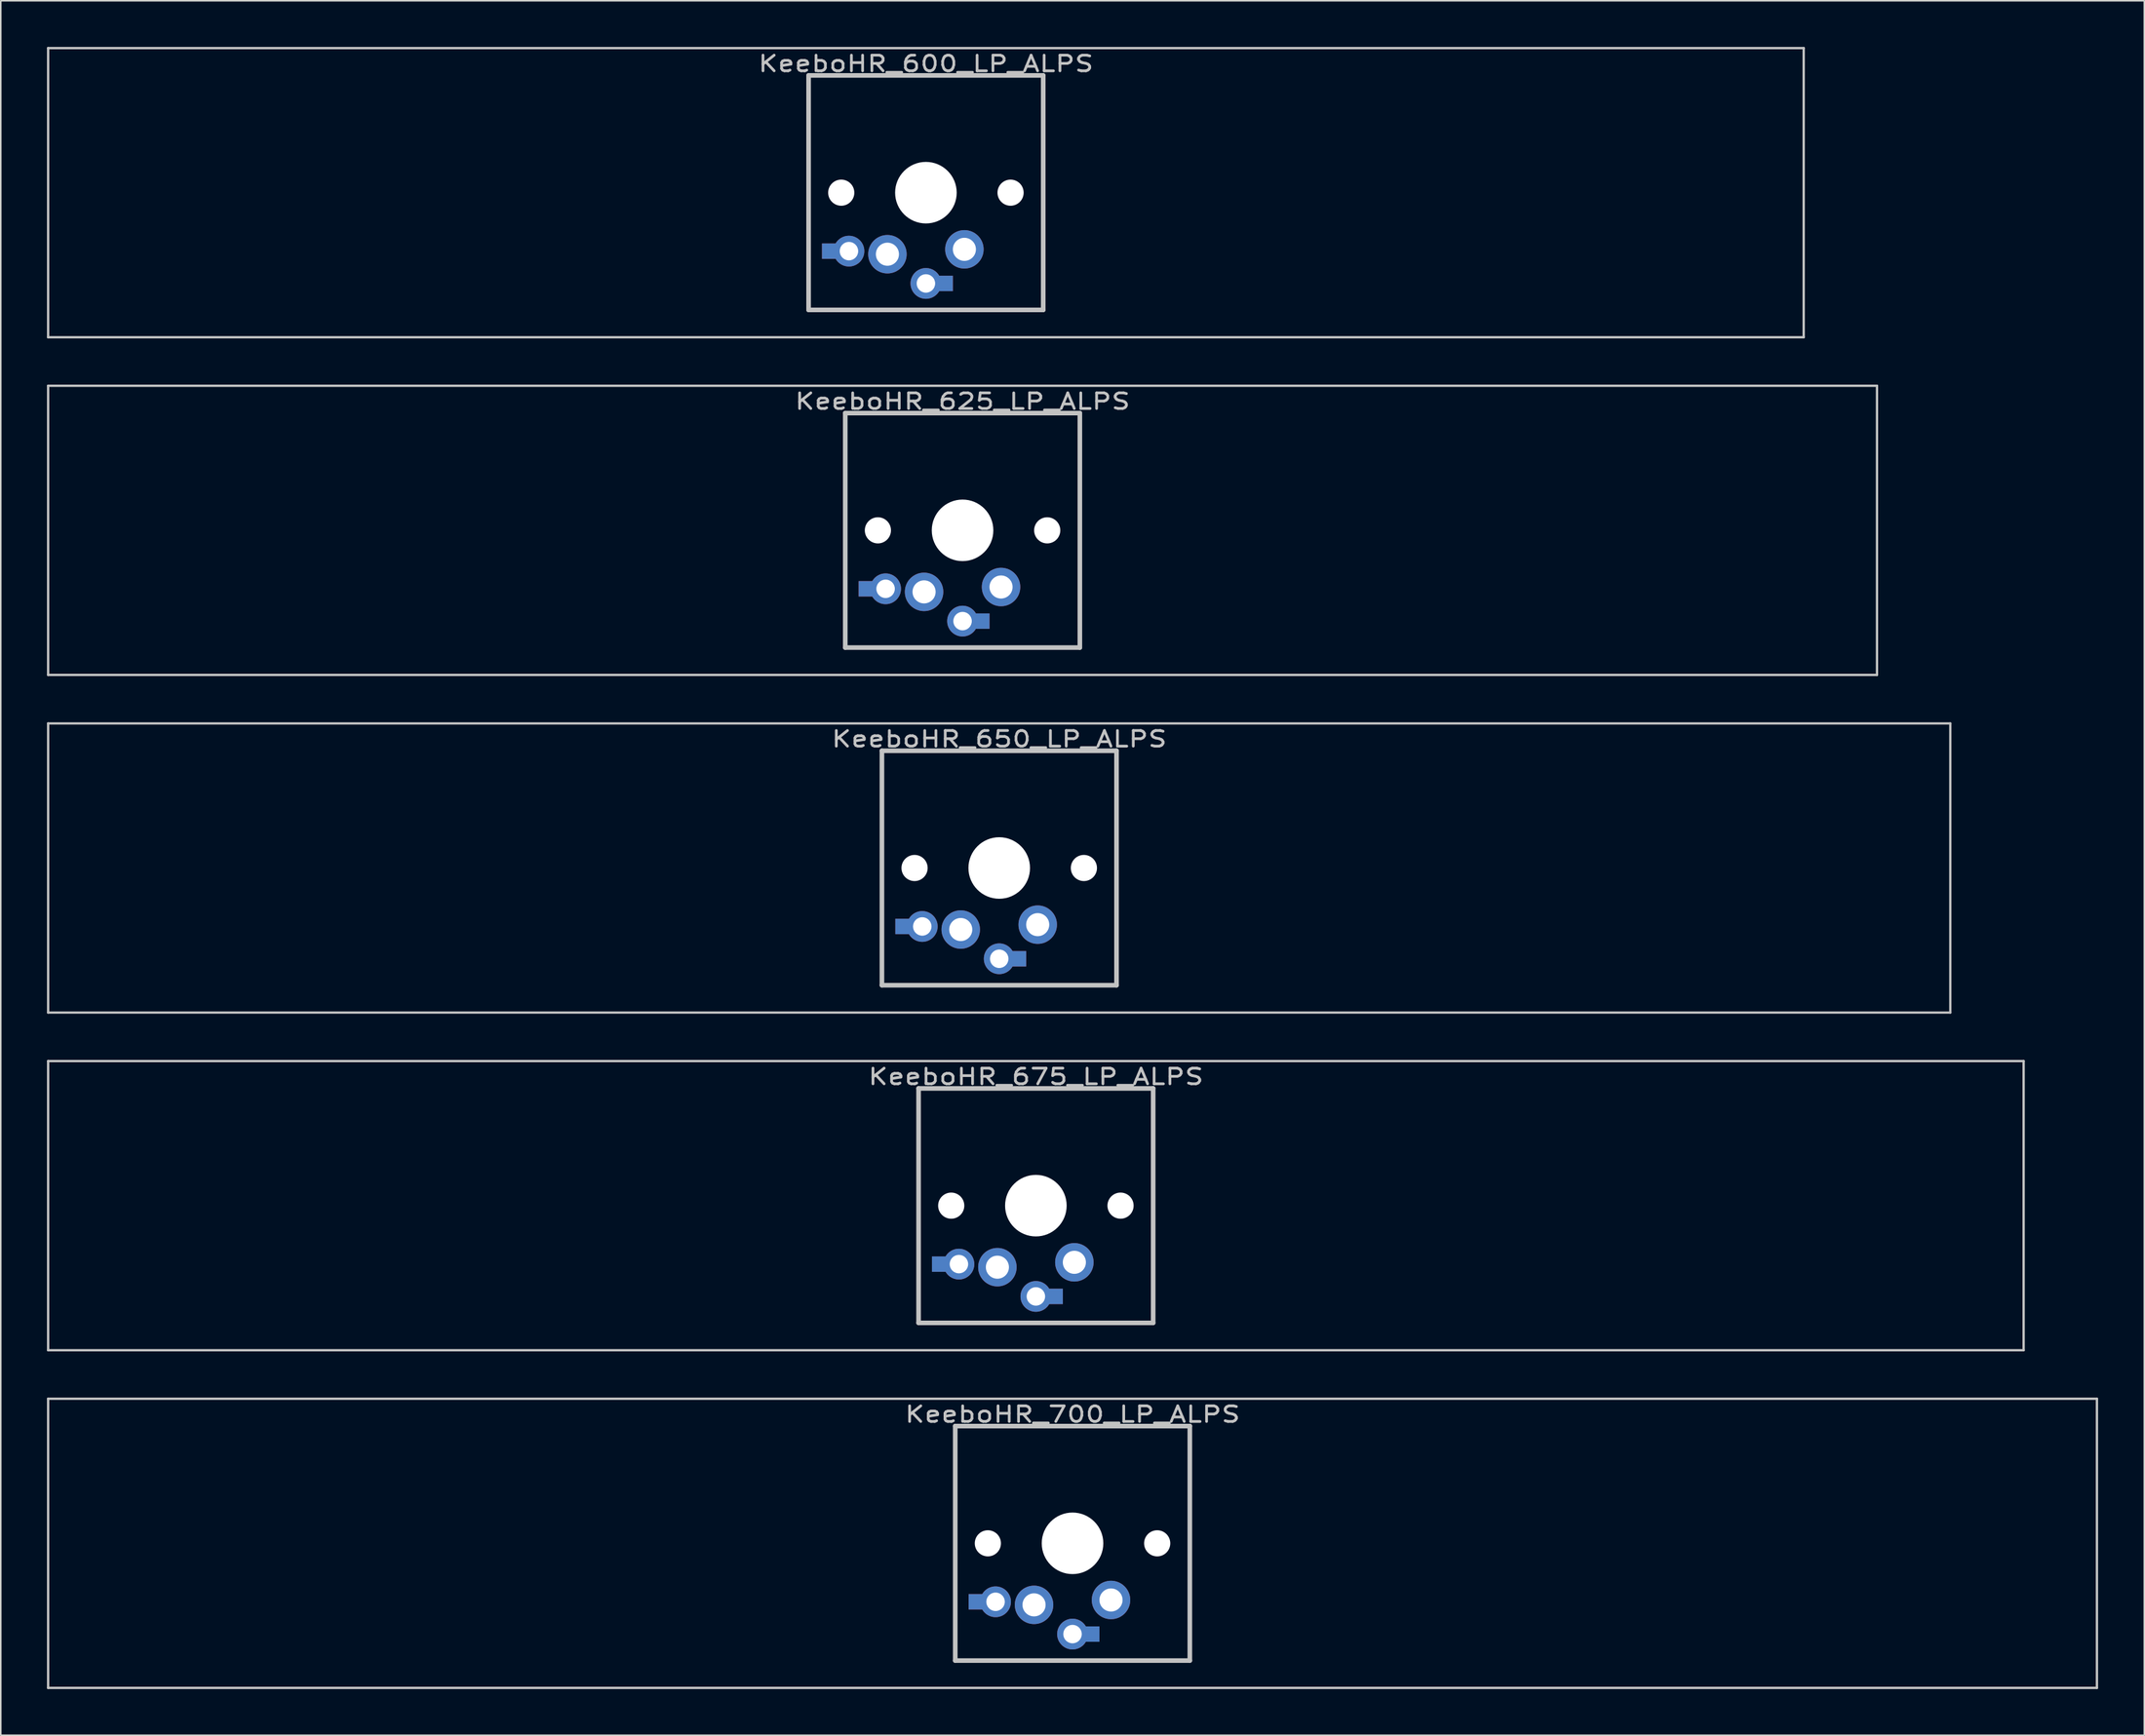
<source format=kicad_pcb>
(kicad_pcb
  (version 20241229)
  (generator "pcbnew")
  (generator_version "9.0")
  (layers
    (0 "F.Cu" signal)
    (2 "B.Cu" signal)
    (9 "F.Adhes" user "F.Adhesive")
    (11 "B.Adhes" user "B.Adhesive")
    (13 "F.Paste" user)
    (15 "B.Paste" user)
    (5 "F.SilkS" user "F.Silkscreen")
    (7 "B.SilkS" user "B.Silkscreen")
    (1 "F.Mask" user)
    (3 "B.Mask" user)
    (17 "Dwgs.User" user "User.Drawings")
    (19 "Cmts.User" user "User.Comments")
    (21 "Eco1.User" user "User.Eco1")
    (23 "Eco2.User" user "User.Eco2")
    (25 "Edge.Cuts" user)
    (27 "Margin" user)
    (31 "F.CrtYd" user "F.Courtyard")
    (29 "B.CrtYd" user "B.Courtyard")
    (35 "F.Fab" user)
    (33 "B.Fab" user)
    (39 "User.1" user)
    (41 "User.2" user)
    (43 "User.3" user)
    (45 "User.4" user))
  (footprint "KeeboHR_700_LP_ALPS"
    (layer "F.Cu")
    (at 66.624 97.268)
    (property "Reference" "KeeboHR_700_LP_ALPS" (at 0 -8.382 0) (layer "Dwgs.User") (effects (font (size 1.016 1.27) (thickness 0.178))))
    (attr through_hole)
    (fp_line (start -66.548 -9.398) (end 66.548 -9.398) (stroke (width 0.152) (type solid)) (layer "Dwgs.User"))
    (fp_line (start -66.548 9.398) (end -66.548 -9.398) (stroke (width 0.152) (type solid)) (layer "Dwgs.User"))
    (fp_line (start -7.62 -7.62) (end 7.62 -7.62) (stroke (width 0.3) (type solid)) (layer "Dwgs.User"))
    (fp_line (start -7.62 7.62) (end -7.62 -7.62) (stroke (width 0.3) (type solid)) (layer "Dwgs.User"))
    (fp_line (start 7.62 -7.62) (end 7.62 7.62) (stroke (width 0.3) (type solid)) (layer "Dwgs.User"))
    (fp_line (start 7.62 7.62) (end -7.62 7.62) (stroke (width 0.3) (type solid)) (layer "Dwgs.User"))
    (fp_line (start 66.548 -9.398) (end 66.548 9.398) (stroke (width 0.152) (type solid)) (layer "Dwgs.User"))
    (fp_line (start 66.548 9.398) (end -66.548 9.398) (stroke (width 0.152) (type solid)) (layer "Dwgs.User"))
    (pad "" np_thru_hole circle (at -5.5 0) (size 1.7 1.7) (drill 1.7) (layers "*.Cu" "*.Mask"))
    (pad "" np_thru_hole circle (at 0 0) (size 4 4) (drill 4) (layers "*.Cu" "*.Mask"))
    (pad "" np_thru_hole circle (at 5.5 0) (size 1.7 1.7) (drill 1.7) (layers "*.Cu" "*.Mask"))
    (pad "1" thru_hole circle (at 0 5.9) (size 2 2) (drill 1.2) (layers "*.Cu" "*.Mask"))
    (pad "1" smd rect (at 1.25 5.9) (size 1 1) (layers "*.Cu" "*.Mask"))
    (pad "1" thru_hole circle (at 2.5 3.683) (size 2.5 2.5) (drill 1.5) (layers "*.Cu" "*.Mask"))
    (pad "2" smd rect (at -6.25 3.8) (size 1 1) (layers "*.Cu" "*.Mask"))
    (pad "2" thru_hole circle (at -5 3.8) (size 2 2) (drill 1.2) (layers "*.Cu" "*.Mask"))
    (pad "2" thru_hole circle (at -2.5 4) (size 2.5 2.5) (drill 1.5) (layers "*.Cu" "*.Mask")))
  (footprint "KeeboHR_625_LP_ALPS"
    (layer "F.Cu")
    (at 59.48 31.423)
    (property "Reference" "KeeboHR_625_LP_ALPS" (at 0 -8.382 0) (layer "Dwgs.User") (effects (font (size 1.016 1.27) (thickness 0.178))))
    (attr through_hole)
    (fp_line (start -59.404 -9.398) (end 59.404 -9.398) (stroke (width 0.152) (type solid)) (layer "Dwgs.User"))
    (fp_line (start -59.404 9.398) (end -59.404 -9.398) (stroke (width 0.152) (type solid)) (layer "Dwgs.User"))
    (fp_line (start -7.62 -7.62) (end 7.62 -7.62) (stroke (width 0.3) (type solid)) (layer "Dwgs.User"))
    (fp_line (start -7.62 7.62) (end -7.62 -7.62) (stroke (width 0.3) (type solid)) (layer "Dwgs.User"))
    (fp_line (start 7.62 -7.62) (end 7.62 7.62) (stroke (width 0.3) (type solid)) (layer "Dwgs.User"))
    (fp_line (start 7.62 7.62) (end -7.62 7.62) (stroke (width 0.3) (type solid)) (layer "Dwgs.User"))
    (fp_line (start 59.404 -9.398) (end 59.404 9.398) (stroke (width 0.152) (type solid)) (layer "Dwgs.User"))
    (fp_line (start 59.404 9.398) (end -59.404 9.398) (stroke (width 0.152) (type solid)) (layer "Dwgs.User"))
    (pad "" np_thru_hole circle (at -5.5 0) (size 1.7 1.7) (drill 1.7) (layers "*.Cu" "*.Mask"))
    (pad "" np_thru_hole circle (at 0 0) (size 4 4) (drill 4) (layers "*.Cu" "*.Mask"))
    (pad "" np_thru_hole circle (at 5.5 0) (size 1.7 1.7) (drill 1.7) (layers "*.Cu" "*.Mask"))
    (pad "1" thru_hole circle (at 0 5.9) (size 2 2) (drill 1.2) (layers "*.Cu" "*.Mask"))
    (pad "1" smd rect (at 1.25 5.9) (size 1 1) (layers "*.Cu" "*.Mask"))
    (pad "1" thru_hole circle (at 2.5 3.683) (size 2.5 2.5) (drill 1.5) (layers "*.Cu" "*.Mask"))
    (pad "2" smd rect (at -6.25 3.8) (size 1 1) (layers "*.Cu" "*.Mask"))
    (pad "2" thru_hole circle (at -5 3.8) (size 2 2) (drill 1.2) (layers "*.Cu" "*.Mask"))
    (pad "2" thru_hole circle (at -2.5 4) (size 2.5 2.5) (drill 1.5) (layers "*.Cu" "*.Mask")))
  (footprint "KeeboHR_675_LP_ALPS"
    (layer "F.Cu")
    (at 64.243 75.319)
    (property "Reference" "KeeboHR_675_LP_ALPS" (at 0 -8.382 0) (layer "Dwgs.User") (effects (font (size 1.016 1.27) (thickness 0.178))))
    (attr through_hole)
    (fp_line (start -64.167 -9.398) (end 64.167 -9.398) (stroke (width 0.152) (type solid)) (layer "Dwgs.User"))
    (fp_line (start -64.167 9.398) (end -64.167 -9.398) (stroke (width 0.152) (type solid)) (layer "Dwgs.User"))
    (fp_line (start -7.62 -7.62) (end 7.62 -7.62) (stroke (width 0.3) (type solid)) (layer "Dwgs.User"))
    (fp_line (start -7.62 7.62) (end -7.62 -7.62) (stroke (width 0.3) (type solid)) (layer "Dwgs.User"))
    (fp_line (start 7.62 -7.62) (end 7.62 7.62) (stroke (width 0.3) (type solid)) (layer "Dwgs.User"))
    (fp_line (start 7.62 7.62) (end -7.62 7.62) (stroke (width 0.3) (type solid)) (layer "Dwgs.User"))
    (fp_line (start 64.167 -9.398) (end 64.167 9.398) (stroke (width 0.152) (type solid)) (layer "Dwgs.User"))
    (fp_line (start 64.167 9.398) (end -64.167 9.398) (stroke (width 0.152) (type solid)) (layer "Dwgs.User"))
    (pad "" np_thru_hole circle (at -5.5 0) (size 1.7 1.7) (drill 1.7) (layers "*.Cu" "*.Mask"))
    (pad "" np_thru_hole circle (at 0 0) (size 4 4) (drill 4) (layers "*.Cu" "*.Mask"))
    (pad "" np_thru_hole circle (at 5.5 0) (size 1.7 1.7) (drill 1.7) (layers "*.Cu" "*.Mask"))
    (pad "1" thru_hole circle (at 0 5.9) (size 2 2) (drill 1.2) (layers "*.Cu" "*.Mask"))
    (pad "1" smd rect (at 1.25 5.9) (size 1 1) (layers "*.Cu" "*.Mask"))
    (pad "1" thru_hole circle (at 2.5 3.683) (size 2.5 2.5) (drill 1.5) (layers "*.Cu" "*.Mask"))
    (pad "2" smd rect (at -6.25 3.8) (size 1 1) (layers "*.Cu" "*.Mask"))
    (pad "2" thru_hole circle (at -5 3.8) (size 2 2) (drill 1.2) (layers "*.Cu" "*.Mask"))
    (pad "2" thru_hole circle (at -2.5 4) (size 2.5 2.5) (drill 1.5) (layers "*.Cu" "*.Mask")))
  (footprint "KeeboHR_600_LP_ALPS"
    (layer "F.Cu")
    (at 57.099 9.474)
    (property "Reference" "KeeboHR_600_LP_ALPS" (at 0 -8.382 0) (layer "Dwgs.User") (effects (font (size 1.016 1.27) (thickness 0.178))))
    (attr through_hole)
    (fp_line (start -57.023 -9.398) (end 57.023 -9.398) (stroke (width 0.152) (type solid)) (layer "Dwgs.User"))
    (fp_line (start -57.023 9.398) (end -57.023 -9.398) (stroke (width 0.152) (type solid)) (layer "Dwgs.User"))
    (fp_line (start -7.62 -7.62) (end 7.62 -7.62) (stroke (width 0.3) (type solid)) (layer "Dwgs.User"))
    (fp_line (start -7.62 7.62) (end -7.62 -7.62) (stroke (width 0.3) (type solid)) (layer "Dwgs.User"))
    (fp_line (start 7.62 -7.62) (end 7.62 7.62) (stroke (width 0.3) (type solid)) (layer "Dwgs.User"))
    (fp_line (start 7.62 7.62) (end -7.62 7.62) (stroke (width 0.3) (type solid)) (layer "Dwgs.User"))
    (fp_line (start 57.023 -9.398) (end 57.023 9.398) (stroke (width 0.152) (type solid)) (layer "Dwgs.User"))
    (fp_line (start 57.023 9.398) (end -57.023 9.398) (stroke (width 0.152) (type solid)) (layer "Dwgs.User"))
    (pad "" np_thru_hole circle (at -5.5 0) (size 1.7 1.7) (drill 1.7) (layers "*.Cu" "*.Mask"))
    (pad "" np_thru_hole circle (at 0 0) (size 4 4) (drill 4) (layers "*.Cu" "*.Mask"))
    (pad "" np_thru_hole circle (at 5.5 0) (size 1.7 1.7) (drill 1.7) (layers "*.Cu" "*.Mask"))
    (pad "1" thru_hole circle (at 0 5.9) (size 2 2) (drill 1.2) (layers "*.Cu" "*.Mask"))
    (pad "1" smd rect (at 1.25 5.9) (size 1 1) (layers "*.Cu" "*.Mask"))
    (pad "1" thru_hole circle (at 2.5 3.683) (size 2.5 2.5) (drill 1.5) (layers "*.Cu" "*.Mask"))
    (pad "2" smd rect (at -6.25 3.8) (size 1 1) (layers "*.Cu" "*.Mask"))
    (pad "2" thru_hole circle (at -5 3.8) (size 2 2) (drill 1.2) (layers "*.Cu" "*.Mask"))
    (pad "2" thru_hole circle (at -2.5 4) (size 2.5 2.5) (drill 1.5) (layers "*.Cu" "*.Mask")))
  (footprint "KeeboHR_650_LP_ALPS"
    (layer "F.Cu")
    (at 61.862 53.371)
    (property "Reference" "KeeboHR_650_LP_ALPS" (at 0 -8.382 0) (layer "Dwgs.User") (effects (font (size 1.016 1.27) (thickness 0.178))))
    (attr through_hole)
    (fp_line (start -61.785 -9.398) (end 61.785 -9.398) (stroke (width 0.152) (type solid)) (layer "Dwgs.User"))
    (fp_line (start -61.785 9.398) (end -61.785 -9.398) (stroke (width 0.152) (type solid)) (layer "Dwgs.User"))
    (fp_line (start -7.62 -7.62) (end 7.62 -7.62) (stroke (width 0.3) (type solid)) (layer "Dwgs.User"))
    (fp_line (start -7.62 7.62) (end -7.62 -7.62) (stroke (width 0.3) (type solid)) (layer "Dwgs.User"))
    (fp_line (start 7.62 -7.62) (end 7.62 7.62) (stroke (width 0.3) (type solid)) (layer "Dwgs.User"))
    (fp_line (start 7.62 7.62) (end -7.62 7.62) (stroke (width 0.3) (type solid)) (layer "Dwgs.User"))
    (fp_line (start 61.785 -9.398) (end 61.785 9.398) (stroke (width 0.152) (type solid)) (layer "Dwgs.User"))
    (fp_line (start 61.785 9.398) (end -61.785 9.398) (stroke (width 0.152) (type solid)) (layer "Dwgs.User"))
    (pad "" np_thru_hole circle (at -5.5 0) (size 1.7 1.7) (drill 1.7) (layers "*.Cu" "*.Mask"))
    (pad "" np_thru_hole circle (at 0 0) (size 4 4) (drill 4) (layers "*.Cu" "*.Mask"))
    (pad "" np_thru_hole circle (at 5.5 0) (size 1.7 1.7) (drill 1.7) (layers "*.Cu" "*.Mask"))
    (pad "1" thru_hole circle (at 0 5.9) (size 2 2) (drill 1.2) (layers "*.Cu" "*.Mask"))
    (pad "1" smd rect (at 1.25 5.9) (size 1 1) (layers "*.Cu" "*.Mask"))
    (pad "1" thru_hole circle (at 2.5 3.683) (size 2.5 2.5) (drill 1.5) (layers "*.Cu" "*.Mask"))
    (pad "2" smd rect (at -6.25 3.8) (size 1 1) (layers "*.Cu" "*.Mask"))
    (pad "2" thru_hole circle (at -5 3.8) (size 2 2) (drill 1.2) (layers "*.Cu" "*.Mask"))
    (pad "2" thru_hole circle (at -2.5 4) (size 2.5 2.5) (drill 1.5) (layers "*.Cu" "*.Mask")))
  (gr_rect
    (start -3 -3)
    (end 136.248 109.742)
    (stroke (width 0.1) (type default))
    (fill no)
    (layer "Edge.Cuts")))
</source>
